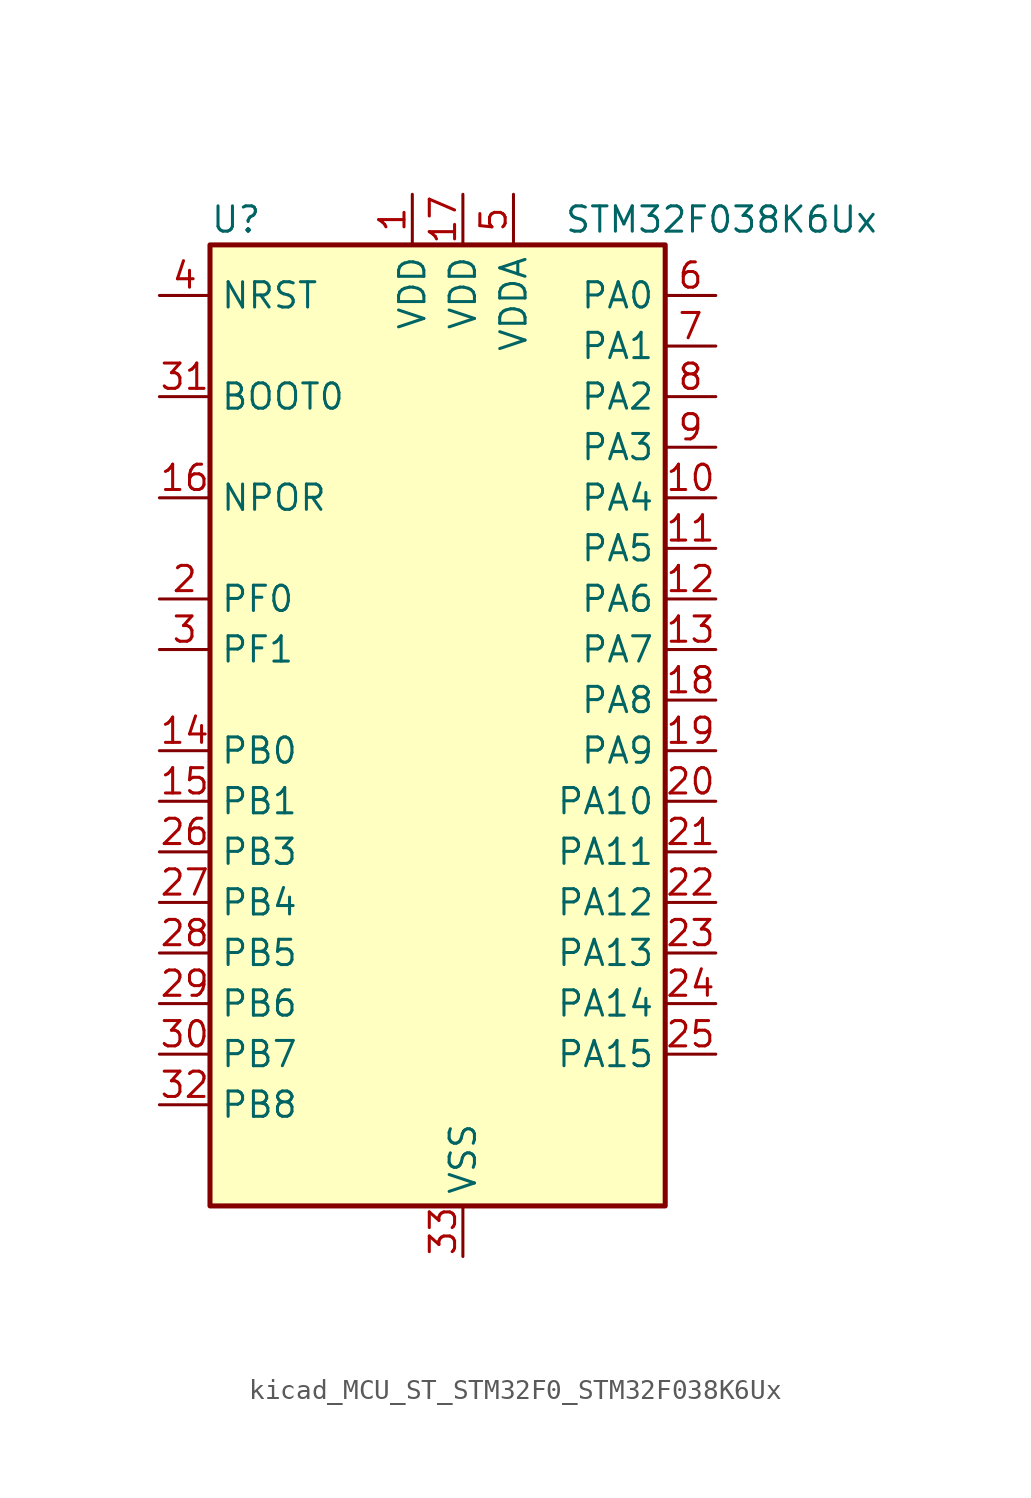
<source format=kicad_sym>
(kicad_symbol_lib
  (version 20220914)
  (generator kicad_symbol_editor)
  (symbol "kicad_MCU_ST_STM32F0_STM32F038K6Ux"
    (property "Reference" "U"
      (at -10.16 26.67 0)
      (effects (font (size 1.27 1.27)) (justify left)))
    (property "Value" "STM32F038K6Ux"
      (at 7.62 26.67 0)
      (effects (font (size 1.27 1.27)) (justify left)))
    (property "ki_locked" ""
      (at 0 0 0)
      (effects (font (size 1.27 1.27))))
    (symbol "kicad_MCU_ST_STM32F0_STM32F038K6Ux_0_1"
      (rectangle (start -10.16 -22.86) (end 12.7 25.4) (stroke (width 0.254) (type default)) (fill (type background))))
    (symbol "kicad_MCU_ST_STM32F0_STM32F038K6Ux_1_1"
      (pin power_in line (at 0 27.94 270) (length 2.54) (name "VDD" (effects (font (size 1.27 1.27)))) (number "1" (effects (font (size 1.27 1.27)))))
      (pin bidirectional line (at 15.24 12.7 180) (length 2.54) (name "PA4" (effects (font (size 1.27 1.27)))) (number "10" (effects (font (size 1.27 1.27)))) (alternate "ADC_IN4" bidirectional line) (alternate "I2S1_WS" bidirectional line) (alternate "SPI1_NSS" bidirectional line) (alternate "TIM14_CH1" bidirectional line) (alternate "USART1_CK" bidirectional line))
      (pin bidirectional line (at 15.24 10.16 180) (length 2.54) (name "PA5" (effects (font (size 1.27 1.27)))) (number "11" (effects (font (size 1.27 1.27)))) (alternate "ADC_IN5" bidirectional line) (alternate "I2S1_CK" bidirectional line) (alternate "SPI1_SCK" bidirectional line) (alternate "TIM2_CH1" bidirectional line) (alternate "TIM2_ETR" bidirectional line))
      (pin bidirectional line (at 15.24 7.62 180) (length 2.54) (name "PA6" (effects (font (size 1.27 1.27)))) (number "12" (effects (font (size 1.27 1.27)))) (alternate "ADC_IN6" bidirectional line) (alternate "I2S1_MCK" bidirectional line) (alternate "SPI1_MISO" bidirectional line) (alternate "TIM16_CH1" bidirectional line) (alternate "TIM1_BKIN" bidirectional line) (alternate "TIM3_CH1" bidirectional line))
      (pin bidirectional line (at 15.24 5.08 180) (length 2.54) (name "PA7" (effects (font (size 1.27 1.27)))) (number "13" (effects (font (size 1.27 1.27)))) (alternate "ADC_IN7" bidirectional line) (alternate "I2S1_SD" bidirectional line) (alternate "SPI1_MOSI" bidirectional line) (alternate "TIM14_CH1" bidirectional line) (alternate "TIM17_CH1" bidirectional line) (alternate "TIM1_CH1N" bidirectional line) (alternate "TIM3_CH2" bidirectional line))
      (pin bidirectional line (at -12.7 0 0) (length 2.54) (name "PB0" (effects (font (size 1.27 1.27)))) (number "14" (effects (font (size 1.27 1.27)))) (alternate "ADC_IN8" bidirectional line) (alternate "TIM1_CH2N" bidirectional line) (alternate "TIM3_CH3" bidirectional line))
      (pin bidirectional line (at -12.7 -2.54 0) (length 2.54) (name "PB1" (effects (font (size 1.27 1.27)))) (number "15" (effects (font (size 1.27 1.27)))) (alternate "ADC_IN9" bidirectional line) (alternate "TIM14_CH1" bidirectional line) (alternate "TIM1_CH3N" bidirectional line) (alternate "TIM3_CH4" bidirectional line))
      (pin input line (at -12.7 12.7 0) (length 2.54) (name "NPOR" (effects (font (size 1.27 1.27)))) (number "16" (effects (font (size 1.27 1.27)))))
      (pin power_in line (at 2.54 27.94 270) (length 2.54) (name "VDD" (effects (font (size 1.27 1.27)))) (number "17" (effects (font (size 1.27 1.27)))))
      (pin bidirectional line (at 15.24 2.54 180) (length 2.54) (name "PA8" (effects (font (size 1.27 1.27)))) (number "18" (effects (font (size 1.27 1.27)))) (alternate "RCC_MCO" bidirectional line) (alternate "TIM1_CH1" bidirectional line) (alternate "USART1_CK" bidirectional line))
      (pin bidirectional line (at 15.24 0 180) (length 2.54) (name "PA9" (effects (font (size 1.27 1.27)))) (number "19" (effects (font (size 1.27 1.27)))) (alternate "I2C1_SCL" bidirectional line) (alternate "TIM1_CH2" bidirectional line) (alternate "USART1_TX" bidirectional line))
      (pin bidirectional line (at -12.7 7.62 0) (length 2.54) (name "PF0" (effects (font (size 1.27 1.27)))) (number "2" (effects (font (size 1.27 1.27)))) (alternate "RCC_OSC_IN" bidirectional line))
      (pin bidirectional line (at 15.24 -2.54 180) (length 2.54) (name "PA10" (effects (font (size 1.27 1.27)))) (number "20" (effects (font (size 1.27 1.27)))) (alternate "I2C1_SDA" bidirectional line) (alternate "TIM17_BKIN" bidirectional line) (alternate "TIM1_CH3" bidirectional line) (alternate "USART1_RX" bidirectional line))
      (pin bidirectional line (at 15.24 -5.08 180) (length 2.54) (name "PA11" (effects (font (size 1.27 1.27)))) (number "21" (effects (font (size 1.27 1.27)))) (alternate "TIM1_CH4" bidirectional line) (alternate "USART1_CTS" bidirectional line))
      (pin bidirectional line (at 15.24 -7.62 180) (length 2.54) (name "PA12" (effects (font (size 1.27 1.27)))) (number "22" (effects (font (size 1.27 1.27)))) (alternate "TIM1_ETR" bidirectional line) (alternate "USART1_DE" bidirectional line) (alternate "USART1_RTS" bidirectional line))
      (pin bidirectional line (at 15.24 -10.16 180) (length 2.54) (name "PA13" (effects (font (size 1.27 1.27)))) (number "23" (effects (font (size 1.27 1.27)))) (alternate "IR_OUT" bidirectional line) (alternate "SYS_SWDIO" bidirectional line))
      (pin bidirectional line (at 15.24 -12.7 180) (length 2.54) (name "PA14" (effects (font (size 1.27 1.27)))) (number "24" (effects (font (size 1.27 1.27)))) (alternate "SYS_SWCLK" bidirectional line) (alternate "USART1_TX" bidirectional line))
      (pin bidirectional line (at 15.24 -15.24 180) (length 2.54) (name "PA15" (effects (font (size 1.27 1.27)))) (number "25" (effects (font (size 1.27 1.27)))) (alternate "I2S1_WS" bidirectional line) (alternate "SPI1_NSS" bidirectional line) (alternate "TIM2_CH1" bidirectional line) (alternate "TIM2_ETR" bidirectional line) (alternate "USART1_RX" bidirectional line))
      (pin bidirectional line (at -12.7 -5.08 0) (length 2.54) (name "PB3" (effects (font (size 1.27 1.27)))) (number "26" (effects (font (size 1.27 1.27)))) (alternate "I2S1_CK" bidirectional line) (alternate "SPI1_SCK" bidirectional line) (alternate "TIM2_CH2" bidirectional line))
      (pin bidirectional line (at -12.7 -7.62 0) (length 2.54) (name "PB4" (effects (font (size 1.27 1.27)))) (number "27" (effects (font (size 1.27 1.27)))) (alternate "I2S1_MCK" bidirectional line) (alternate "SPI1_MISO" bidirectional line) (alternate "TIM3_CH1" bidirectional line))
      (pin bidirectional line (at -12.7 -10.16 0) (length 2.54) (name "PB5" (effects (font (size 1.27 1.27)))) (number "28" (effects (font (size 1.27 1.27)))) (alternate "I2C1_SMBA" bidirectional line) (alternate "I2S1_SD" bidirectional line) (alternate "SPI1_MOSI" bidirectional line) (alternate "TIM16_BKIN" bidirectional line) (alternate "TIM3_CH2" bidirectional line))
      (pin bidirectional line (at -12.7 -12.7 0) (length 2.54) (name "PB6" (effects (font (size 1.27 1.27)))) (number "29" (effects (font (size 1.27 1.27)))) (alternate "I2C1_SCL" bidirectional line) (alternate "TIM16_CH1N" bidirectional line) (alternate "USART1_TX" bidirectional line))
      (pin bidirectional line (at -12.7 5.08 0) (length 2.54) (name "PF1" (effects (font (size 1.27 1.27)))) (number "3" (effects (font (size 1.27 1.27)))) (alternate "RCC_OSC_OUT" bidirectional line))
      (pin bidirectional line (at -12.7 -15.24 0) (length 2.54) (name "PB7" (effects (font (size 1.27 1.27)))) (number "30" (effects (font (size 1.27 1.27)))) (alternate "I2C1_SDA" bidirectional line) (alternate "TIM17_CH1N" bidirectional line) (alternate "USART1_RX" bidirectional line))
      (pin input line (at -12.7 17.78 0) (length 2.54) (name "BOOT0" (effects (font (size 1.27 1.27)))) (number "31" (effects (font (size 1.27 1.27)))))
      (pin bidirectional line (at -12.7 -17.78 0) (length 2.54) (name "PB8" (effects (font (size 1.27 1.27)))) (number "32" (effects (font (size 1.27 1.27)))) (alternate "I2C1_SCL" bidirectional line) (alternate "TIM16_CH1" bidirectional line))
      (pin power_in line (at 2.54 -25.4 90) (length 2.54) (name "VSS" (effects (font (size 1.27 1.27)))) (number "33" (effects (font (size 1.27 1.27)))))
      (pin input line (at -12.7 22.86 0) (length 2.54) (name "NRST" (effects (font (size 1.27 1.27)))) (number "4" (effects (font (size 1.27 1.27)))))
      (pin power_in line (at 5.08 27.94 270) (length 2.54) (name "VDDA" (effects (font (size 1.27 1.27)))) (number "5" (effects (font (size 1.27 1.27)))))
      (pin bidirectional line (at 15.24 22.86 180) (length 2.54) (name "PA0" (effects (font (size 1.27 1.27)))) (number "6" (effects (font (size 1.27 1.27)))) (alternate "ADC_IN0" bidirectional line) (alternate "RTC_TAMP2" bidirectional line) (alternate "SYS_WKUP1" bidirectional line) (alternate "TIM2_CH1" bidirectional line) (alternate "TIM2_ETR" bidirectional line) (alternate "USART1_CTS" bidirectional line))
      (pin bidirectional line (at 15.24 20.32 180) (length 2.54) (name "PA1" (effects (font (size 1.27 1.27)))) (number "7" (effects (font (size 1.27 1.27)))) (alternate "ADC_IN1" bidirectional line) (alternate "TIM2_CH2" bidirectional line) (alternate "USART1_DE" bidirectional line) (alternate "USART1_RTS" bidirectional line))
      (pin bidirectional line (at 15.24 17.78 180) (length 2.54) (name "PA2" (effects (font (size 1.27 1.27)))) (number "8" (effects (font (size 1.27 1.27)))) (alternate "ADC_IN2" bidirectional line) (alternate "TIM2_CH3" bidirectional line) (alternate "USART1_TX" bidirectional line))
      (pin bidirectional line (at 15.24 15.24 180) (length 2.54) (name "PA3" (effects (font (size 1.27 1.27)))) (number "9" (effects (font (size 1.27 1.27)))) (alternate "ADC_IN3" bidirectional line) (alternate "TIM2_CH4" bidirectional line) (alternate "USART1_RX" bidirectional line)))))
</source>
